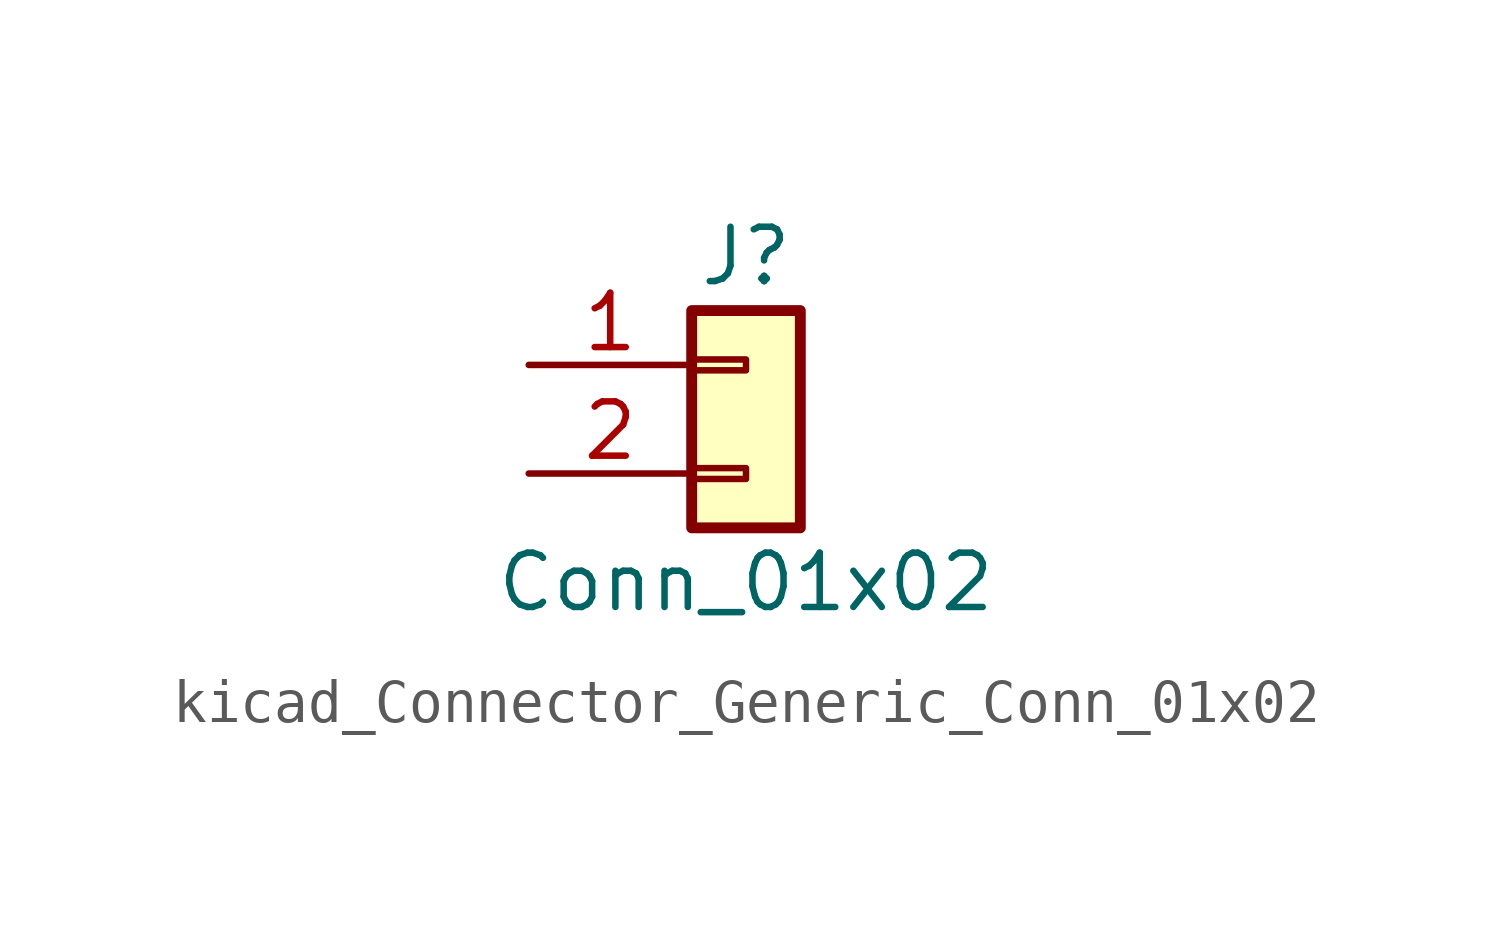
<source format=kicad_sym>
(kicad_symbol_lib
  (version 20220914)
  (generator kicad_symbol_editor)
  (symbol "kicad_Connector_Generic_Conn_01x02"
    (pin_names
      (offset 1.016) hide)
    (property "Reference" "J"
      (at 0 2.54 0)
      (effects (font (size 1.27 1.27))))
    (property "Value" "Conn_01x02"
      (at 0 -5.08 0)
      (effects (font (size 1.27 1.27))))
    (symbol "kicad_Connector_Generic_Conn_01x02_1_1"
      (rectangle (start -1.27 -2.413) (end 0 -2.667) (stroke (width 0.152) (type default)) (fill (type none)))
      (rectangle (start -1.27 0.127) (end 0 -0.127) (stroke (width 0.152) (type default)) (fill (type none)))
      (rectangle (start -1.27 1.27) (end 1.27 -3.81) (stroke (width 0.254) (type default)) (fill (type background)))
      (pin passive line (at -5.08 0 0) (length 3.81) (name "Pin_1" (effects (font (size 1.27 1.27)))) (number "1" (effects (font (size 1.27 1.27)))))
      (pin passive line (at -5.08 -2.54 0) (length 3.81) (name "Pin_2" (effects (font (size 1.27 1.27)))) (number "2" (effects (font (size 1.27 1.27))))))))
</source>
